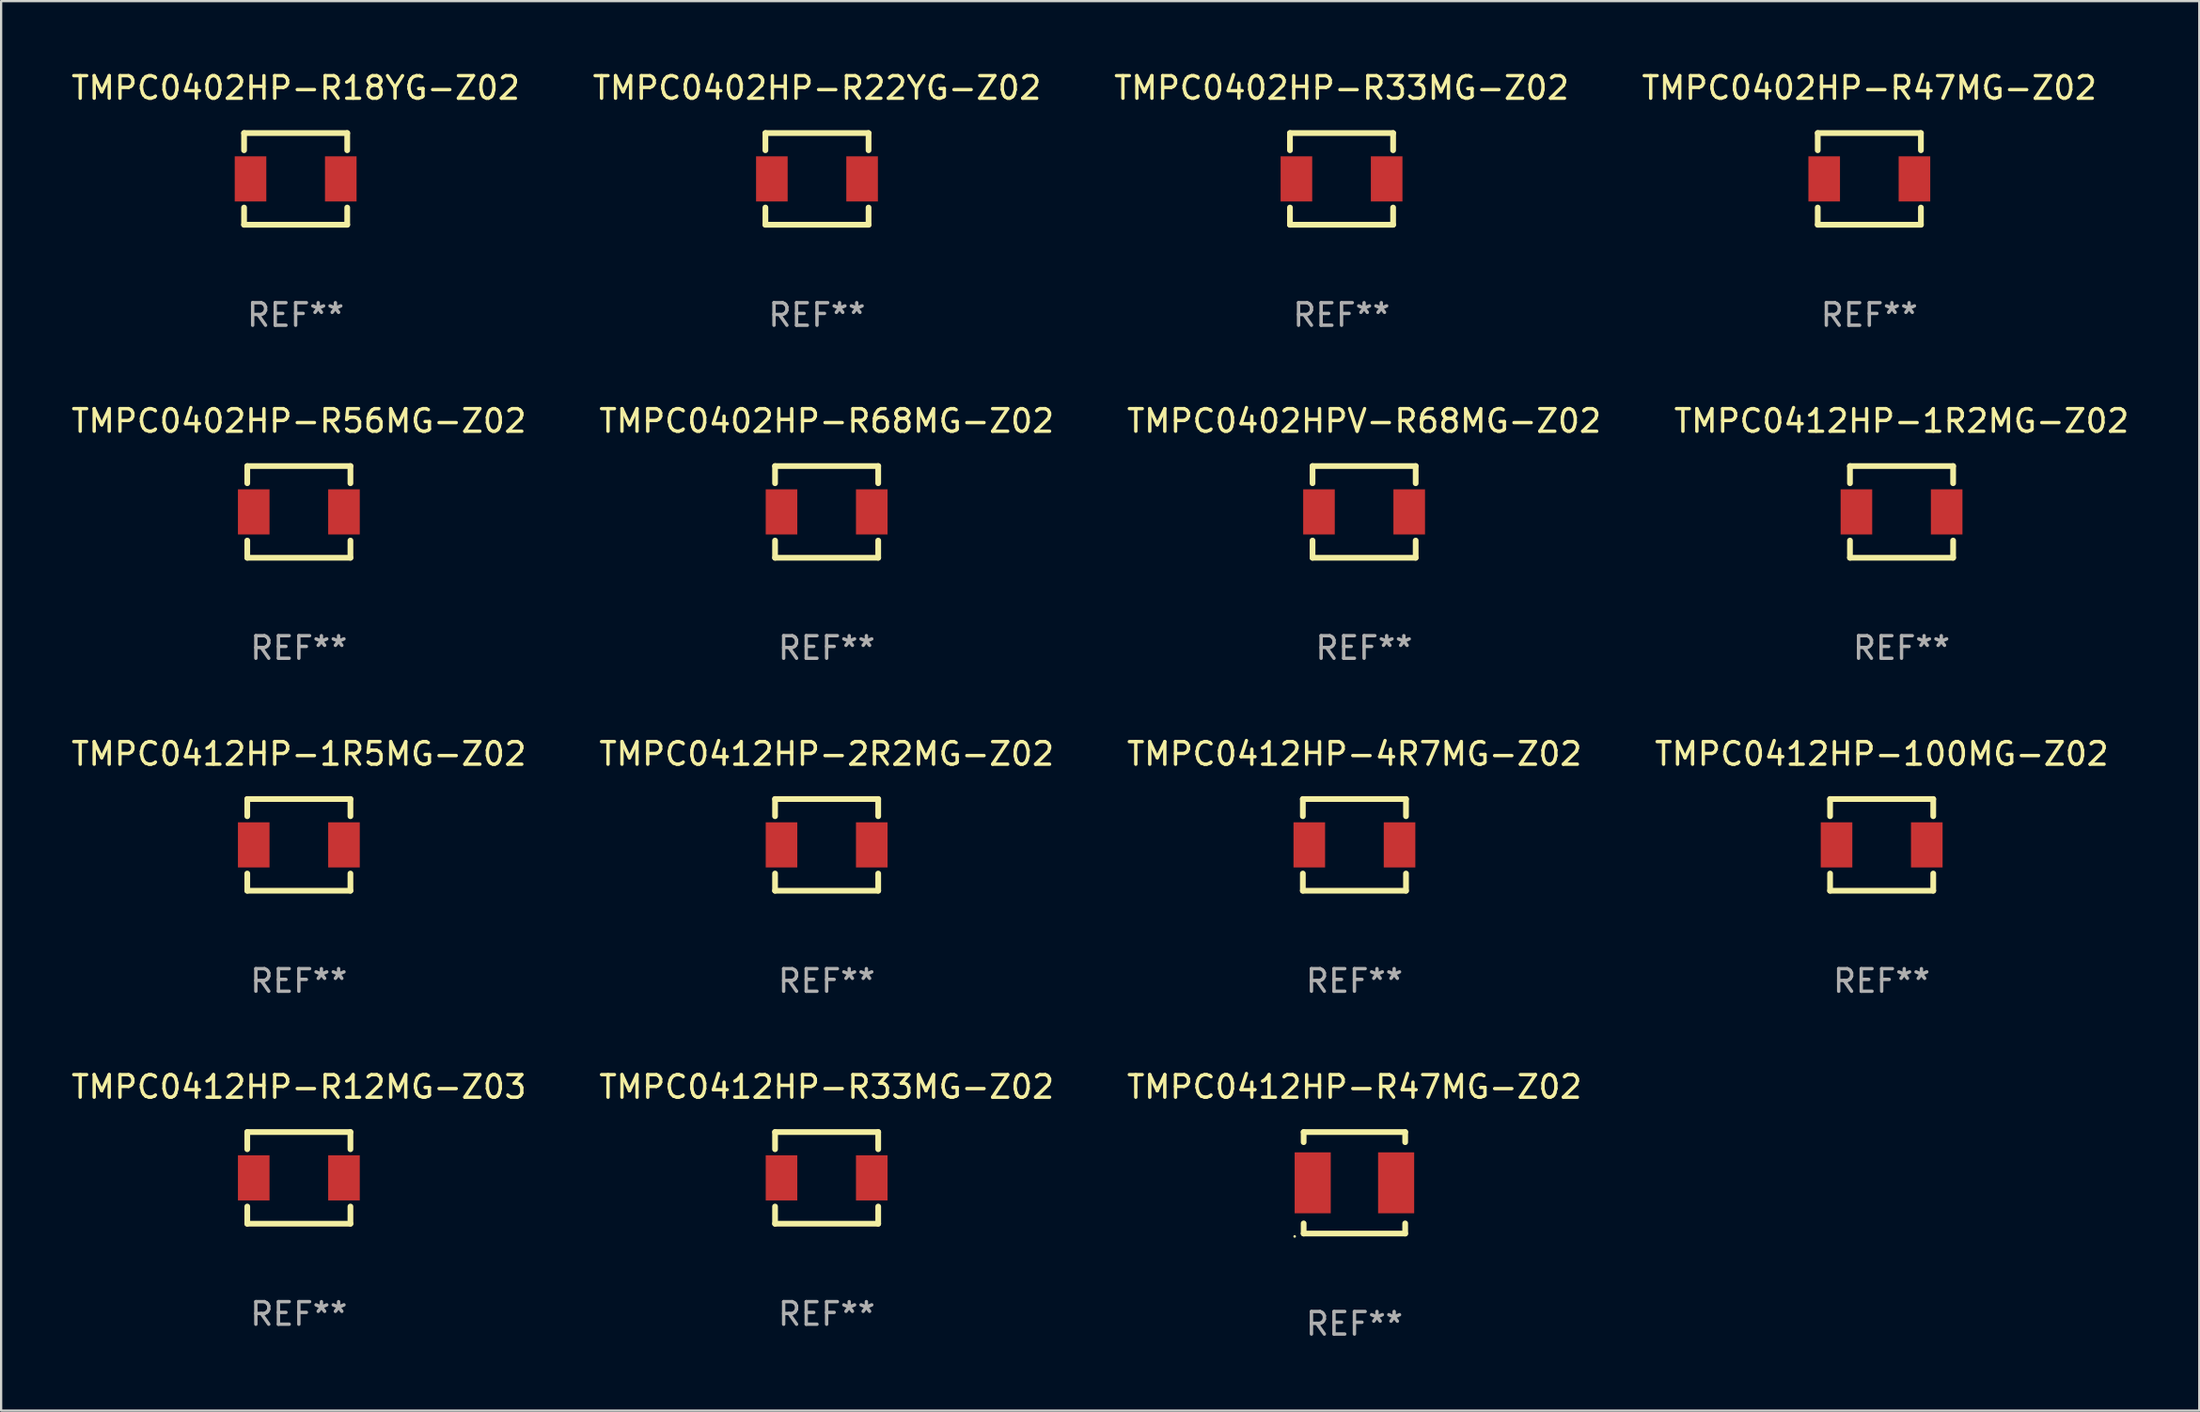
<source format=kicad_pcb>
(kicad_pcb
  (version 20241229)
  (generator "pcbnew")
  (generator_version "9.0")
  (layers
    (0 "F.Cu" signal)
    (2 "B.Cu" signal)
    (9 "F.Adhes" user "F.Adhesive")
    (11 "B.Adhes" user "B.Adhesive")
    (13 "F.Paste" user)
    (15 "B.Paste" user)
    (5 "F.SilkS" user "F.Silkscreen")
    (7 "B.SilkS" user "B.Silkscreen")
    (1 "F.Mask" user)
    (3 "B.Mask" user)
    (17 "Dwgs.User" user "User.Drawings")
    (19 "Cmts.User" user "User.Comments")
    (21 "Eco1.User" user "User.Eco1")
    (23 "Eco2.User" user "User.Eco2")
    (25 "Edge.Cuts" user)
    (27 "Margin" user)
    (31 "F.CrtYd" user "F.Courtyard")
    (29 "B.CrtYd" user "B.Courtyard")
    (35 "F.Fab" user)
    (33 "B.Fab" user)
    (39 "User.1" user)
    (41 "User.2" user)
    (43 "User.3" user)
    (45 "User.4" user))
  (footprint "TMPC0412HP-4R7MG-Z02"
    (layer "F.Cu")
    (at 56.982 34.401)
    (property "Reference" "TMPC0412HP-4R7MG-Z02" (at 0 -4.032 0) (layer "F.SilkS") (effects (font (size 1 1) (thickness 0.15))))
    (attr through_hole)
    (fp_line (start -2.286 -2.032) (end 2.286 -2.032) (stroke (width 0.254) (type solid)) (layer "F.SilkS"))
    (fp_line (start -2.286 -1.27) (end -2.286 -2.032) (stroke (width 0.254) (type solid)) (layer "F.SilkS"))
    (fp_line (start -2.286 2.032) (end -2.286 1.27) (stroke (width 0.254) (type solid)) (layer "F.SilkS"))
    (fp_line (start 2.286 -2.032) (end 2.286 -1.27) (stroke (width 0.254) (type solid)) (layer "F.SilkS"))
    (fp_line (start 2.286 1.27) (end 2.286 2.032) (stroke (width 0.254) (type solid)) (layer "F.SilkS"))
    (fp_line (start 2.286 2.032) (end -2.286 2.032) (stroke (width 0.254) (type solid)) (layer "F.SilkS"))
    (fp_circle (center -2.25 2.05) (end -2.22 2.05) (stroke (width 0.06) (type solid)) (fill no) (layer "F.SilkS"))
    (fp_text user "REF**" (at 0 6.032 0) (layer "F.Fab") (effects (font (size 1 1) (thickness 0.15))))
    (pad "1" smd rect (at -2 0 90) (size 2 1.4) (layers "F.Cu" "F.Mask" "F.Paste"))
    (pad "2" smd rect (at 2 0 90) (size 2 1.4) (layers "F.Cu" "F.Mask" "F.Paste")))
  (footprint "TMPC0412HP-1R5MG-Z02"
    (layer "F.Cu")
    (at 10.196 34.401)
    (property "Reference" "TMPC0412HP-1R5MG-Z02" (at 0 -4.032 0) (layer "F.SilkS") (effects (font (size 1 1) (thickness 0.15))))
    (attr through_hole)
    (fp_line (start -2.286 -2.032) (end 2.286 -2.032) (stroke (width 0.254) (type solid)) (layer "F.SilkS"))
    (fp_line (start -2.286 -1.27) (end -2.286 -2.032) (stroke (width 0.254) (type solid)) (layer "F.SilkS"))
    (fp_line (start -2.286 2.032) (end -2.286 1.27) (stroke (width 0.254) (type solid)) (layer "F.SilkS"))
    (fp_line (start 2.286 -2.032) (end 2.286 -1.27) (stroke (width 0.254) (type solid)) (layer "F.SilkS"))
    (fp_line (start 2.286 1.27) (end 2.286 2.032) (stroke (width 0.254) (type solid)) (layer "F.SilkS"))
    (fp_line (start 2.286 2.032) (end -2.286 2.032) (stroke (width 0.254) (type solid)) (layer "F.SilkS"))
    (fp_circle (center -2.25 2.05) (end -2.22 2.05) (stroke (width 0.06) (type solid)) (fill no) (layer "F.SilkS"))
    (fp_text user "REF**" (at 0 6.032 0) (layer "F.Fab") (effects (font (size 1 1) (thickness 0.15))))
    (pad "1" smd rect (at -2 0 90) (size 2 1.4) (layers "F.Cu" "F.Mask" "F.Paste"))
    (pad "2" smd rect (at 2 0 90) (size 2 1.4) (layers "F.Cu" "F.Mask" "F.Paste")))
  (footprint "TMPC0412HP-1R2MG-Z02"
    (layer "F.Cu")
    (at 81.232 19.641)
    (property "Reference" "TMPC0412HP-1R2MG-Z02" (at 0 -4.032 0) (layer "F.SilkS") (effects (font (size 1 1) (thickness 0.15))))
    (attr through_hole)
    (fp_line (start -2.286 -2.032) (end 2.286 -2.032) (stroke (width 0.254) (type solid)) (layer "F.SilkS"))
    (fp_line (start -2.286 -1.27) (end -2.286 -2.032) (stroke (width 0.254) (type solid)) (layer "F.SilkS"))
    (fp_line (start -2.286 2.032) (end -2.286 1.27) (stroke (width 0.254) (type solid)) (layer "F.SilkS"))
    (fp_line (start 2.286 -2.032) (end 2.286 -1.27) (stroke (width 0.254) (type solid)) (layer "F.SilkS"))
    (fp_line (start 2.286 1.27) (end 2.286 2.032) (stroke (width 0.254) (type solid)) (layer "F.SilkS"))
    (fp_line (start 2.286 2.032) (end -2.286 2.032) (stroke (width 0.254) (type solid)) (layer "F.SilkS"))
    (fp_circle (center -2.25 2.05) (end -2.22 2.05) (stroke (width 0.06) (type solid)) (fill no) (layer "F.SilkS"))
    (fp_text user "REF**" (at 0 6.032 0) (layer "F.Fab") (effects (font (size 1 1) (thickness 0.15))))
    (pad "1" smd rect (at -2 0 90) (size 2 1.4) (layers "F.Cu" "F.Mask" "F.Paste"))
    (pad "2" smd rect (at 2 0 90) (size 2 1.4) (layers "F.Cu" "F.Mask" "F.Paste")))
  (footprint "TMPC0402HP-R22YG-Z02"
    (layer "F.Cu")
    (at 33.161 4.88)
    (property "Reference" "TMPC0402HP-R22YG-Z02" (at 0 -4.032 0) (layer "F.SilkS") (effects (font (size 1 1) (thickness 0.15))))
    (attr through_hole)
    (fp_line (start -2.286 -2.032) (end 2.286 -2.032) (stroke (width 0.254) (type solid)) (layer "F.SilkS"))
    (fp_line (start -2.286 -1.27) (end -2.286 -2.032) (stroke (width 0.254) (type solid)) (layer "F.SilkS"))
    (fp_line (start -2.286 2.032) (end -2.286 1.27) (stroke (width 0.254) (type solid)) (layer "F.SilkS"))
    (fp_line (start 2.286 -2.032) (end 2.286 -1.27) (stroke (width 0.254) (type solid)) (layer "F.SilkS"))
    (fp_line (start 2.286 1.27) (end 2.286 2.032) (stroke (width 0.254) (type solid)) (layer "F.SilkS"))
    (fp_line (start 2.286 2.032) (end -2.286 2.032) (stroke (width 0.254) (type solid)) (layer "F.SilkS"))
    (fp_circle (center -2.25 2.05) (end -2.22 2.05) (stroke (width 0.06) (type solid)) (fill no) (layer "F.SilkS"))
    (fp_text user "REF**" (at 0 6.032 0) (layer "F.Fab") (effects (font (size 1 1) (thickness 0.15))))
    (pad "1" smd rect (at -2 0 90) (size 2 1.4) (layers "F.Cu" "F.Mask" "F.Paste"))
    (pad "2" smd rect (at 2 0 90) (size 2 1.4) (layers "F.Cu" "F.Mask" "F.Paste")))
  (footprint "TMPC0412HP-2R2MG-Z02"
    (layer "F.Cu")
    (at 33.589 34.401)
    (property "Reference" "TMPC0412HP-2R2MG-Z02" (at 0 -4.032 0) (layer "F.SilkS") (effects (font (size 1 1) (thickness 0.15))))
    (attr through_hole)
    (fp_line (start -2.286 -2.032) (end 2.286 -2.032) (stroke (width 0.254) (type solid)) (layer "F.SilkS"))
    (fp_line (start -2.286 -1.27) (end -2.286 -2.032) (stroke (width 0.254) (type solid)) (layer "F.SilkS"))
    (fp_line (start -2.286 2.032) (end -2.286 1.27) (stroke (width 0.254) (type solid)) (layer "F.SilkS"))
    (fp_line (start 2.286 -2.032) (end 2.286 -1.27) (stroke (width 0.254) (type solid)) (layer "F.SilkS"))
    (fp_line (start 2.286 1.27) (end 2.286 2.032) (stroke (width 0.254) (type solid)) (layer "F.SilkS"))
    (fp_line (start 2.286 2.032) (end -2.286 2.032) (stroke (width 0.254) (type solid)) (layer "F.SilkS"))
    (fp_circle (center -2.25 2.05) (end -2.22 2.05) (stroke (width 0.06) (type solid)) (fill no) (layer "F.SilkS"))
    (fp_text user "REF**" (at 0 6.032 0) (layer "F.Fab") (effects (font (size 1 1) (thickness 0.15))))
    (pad "1" smd rect (at -2 0 90) (size 2 1.4) (layers "F.Cu" "F.Mask" "F.Paste"))
    (pad "2" smd rect (at 2 0 90) (size 2 1.4) (layers "F.Cu" "F.Mask" "F.Paste")))
  (footprint "TMPC0402HP-R68MG-Z02"
    (layer "F.Cu")
    (at 33.589 19.641)
    (property "Reference" "TMPC0402HP-R68MG-Z02" (at 0 -4.032 0) (layer "F.SilkS") (effects (font (size 1 1) (thickness 0.15))))
    (attr through_hole)
    (fp_line (start -2.286 -2.032) (end 2.286 -2.032) (stroke (width 0.254) (type solid)) (layer "F.SilkS"))
    (fp_line (start -2.286 -1.27) (end -2.286 -2.032) (stroke (width 0.254) (type solid)) (layer "F.SilkS"))
    (fp_line (start -2.286 2.032) (end -2.286 1.27) (stroke (width 0.254) (type solid)) (layer "F.SilkS"))
    (fp_line (start 2.286 -2.032) (end 2.286 -1.27) (stroke (width 0.254) (type solid)) (layer "F.SilkS"))
    (fp_line (start 2.286 1.27) (end 2.286 2.032) (stroke (width 0.254) (type solid)) (layer "F.SilkS"))
    (fp_line (start 2.286 2.032) (end -2.286 2.032) (stroke (width 0.254) (type solid)) (layer "F.SilkS"))
    (fp_circle (center -2.25 2.05) (end -2.22 2.05) (stroke (width 0.06) (type solid)) (fill no) (layer "F.SilkS"))
    (fp_text user "REF**" (at 0 6.032 0) (layer "F.Fab") (effects (font (size 1 1) (thickness 0.15))))
    (pad "1" smd rect (at -2 0 90) (size 2 1.4) (layers "F.Cu" "F.Mask" "F.Paste"))
    (pad "2" smd rect (at 2 0 90) (size 2 1.4) (layers "F.Cu" "F.Mask" "F.Paste")))
  (footprint "TMPC0402HP-R18YG-Z02"
    (layer "F.Cu")
    (at 10.054 4.88)
    (property "Reference" "TMPC0402HP-R18YG-Z02" (at 0 -4.032 0) (layer "F.SilkS") (effects (font (size 1 1) (thickness 0.15))))
    (attr through_hole)
    (fp_line (start -2.286 -2.032) (end 2.286 -2.032) (stroke (width 0.254) (type solid)) (layer "F.SilkS"))
    (fp_line (start -2.286 -1.27) (end -2.286 -2.032) (stroke (width 0.254) (type solid)) (layer "F.SilkS"))
    (fp_line (start -2.286 2.032) (end -2.286 1.27) (stroke (width 0.254) (type solid)) (layer "F.SilkS"))
    (fp_line (start 2.286 -2.032) (end 2.286 -1.27) (stroke (width 0.254) (type solid)) (layer "F.SilkS"))
    (fp_line (start 2.286 1.27) (end 2.286 2.032) (stroke (width 0.254) (type solid)) (layer "F.SilkS"))
    (fp_line (start 2.286 2.032) (end -2.286 2.032) (stroke (width 0.254) (type solid)) (layer "F.SilkS"))
    (fp_circle (center -2.25 2.05) (end -2.22 2.05) (stroke (width 0.06) (type solid)) (fill no) (layer "F.SilkS"))
    (fp_text user "REF**" (at 0 6.032 0) (layer "F.Fab") (effects (font (size 1 1) (thickness 0.15))))
    (pad "1" smd rect (at -2 0 90) (size 2 1.4) (layers "F.Cu" "F.Mask" "F.Paste"))
    (pad "2" smd rect (at 2 0 90) (size 2 1.4) (layers "F.Cu" "F.Mask" "F.Paste")))
  (footprint "TMPC0412HP-R12MG-Z03"
    (layer "F.Cu")
    (at 10.196 49.162)
    (property "Reference" "TMPC0412HP-R12MG-Z03" (at 0 -4.032 0) (layer "F.SilkS") (effects (font (size 1 1) (thickness 0.15))))
    (attr through_hole)
    (fp_line (start -2.286 -2.032) (end 2.286 -2.032) (stroke (width 0.254) (type solid)) (layer "F.SilkS"))
    (fp_line (start -2.286 -1.27) (end -2.286 -2.032) (stroke (width 0.254) (type solid)) (layer "F.SilkS"))
    (fp_line (start -2.286 2.032) (end -2.286 1.27) (stroke (width 0.254) (type solid)) (layer "F.SilkS"))
    (fp_line (start 2.286 -2.032) (end 2.286 -1.27) (stroke (width 0.254) (type solid)) (layer "F.SilkS"))
    (fp_line (start 2.286 1.27) (end 2.286 2.032) (stroke (width 0.254) (type solid)) (layer "F.SilkS"))
    (fp_line (start 2.286 2.032) (end -2.286 2.032) (stroke (width 0.254) (type solid)) (layer "F.SilkS"))
    (fp_circle (center -2.25 2.05) (end -2.22 2.05) (stroke (width 0.06) (type solid)) (fill no) (layer "F.SilkS"))
    (fp_text user "REF**" (at 0 6.032 0) (layer "F.Fab") (effects (font (size 1 1) (thickness 0.15))))
    (pad "1" smd rect (at -2 0 90) (size 2 1.4) (layers "F.Cu" "F.Mask" "F.Paste"))
    (pad "2" smd rect (at 2 0 90) (size 2 1.4) (layers "F.Cu" "F.Mask" "F.Paste")))
  (footprint "TMPC0402HP-R33MG-Z02"
    (layer "F.Cu")
    (at 56.411 4.88)
    (property "Reference" "TMPC0402HP-R33MG-Z02" (at 0 -4.032 0) (layer "F.SilkS") (effects (font (size 1 1) (thickness 0.15))))
    (attr through_hole)
    (fp_line (start -2.286 -2.032) (end 2.286 -2.032) (stroke (width 0.254) (type solid)) (layer "F.SilkS"))
    (fp_line (start -2.286 -1.27) (end -2.286 -2.032) (stroke (width 0.254) (type solid)) (layer "F.SilkS"))
    (fp_line (start -2.286 2.032) (end -2.286 1.27) (stroke (width 0.254) (type solid)) (layer "F.SilkS"))
    (fp_line (start 2.286 -2.032) (end 2.286 -1.27) (stroke (width 0.254) (type solid)) (layer "F.SilkS"))
    (fp_line (start 2.286 1.27) (end 2.286 2.032) (stroke (width 0.254) (type solid)) (layer "F.SilkS"))
    (fp_line (start 2.286 2.032) (end -2.286 2.032) (stroke (width 0.254) (type solid)) (layer "F.SilkS"))
    (fp_circle (center -2.25 2.05) (end -2.22 2.05) (stroke (width 0.06) (type solid)) (fill no) (layer "F.SilkS"))
    (fp_text user "REF**" (at 0 6.032 0) (layer "F.Fab") (effects (font (size 1 1) (thickness 0.15))))
    (pad "1" smd rect (at -2 0 90) (size 2 1.4) (layers "F.Cu" "F.Mask" "F.Paste"))
    (pad "2" smd rect (at 2 0 90) (size 2 1.4) (layers "F.Cu" "F.Mask" "F.Paste")))
  (footprint "TMPC0412HP-R33MG-Z02"
    (layer "F.Cu")
    (at 33.589 49.162)
    (property "Reference" "TMPC0412HP-R33MG-Z02" (at 0 -4.032 0) (layer "F.SilkS") (effects (font (size 1 1) (thickness 0.15))))
    (attr through_hole)
    (fp_line (start -2.286 -2.032) (end 2.286 -2.032) (stroke (width 0.254) (type solid)) (layer "F.SilkS"))
    (fp_line (start -2.286 -1.27) (end -2.286 -2.032) (stroke (width 0.254) (type solid)) (layer "F.SilkS"))
    (fp_line (start -2.286 2.032) (end -2.286 1.27) (stroke (width 0.254) (type solid)) (layer "F.SilkS"))
    (fp_line (start 2.286 -2.032) (end 2.286 -1.27) (stroke (width 0.254) (type solid)) (layer "F.SilkS"))
    (fp_line (start 2.286 1.27) (end 2.286 2.032) (stroke (width 0.254) (type solid)) (layer "F.SilkS"))
    (fp_line (start 2.286 2.032) (end -2.286 2.032) (stroke (width 0.254) (type solid)) (layer "F.SilkS"))
    (fp_circle (center -2.25 2.05) (end -2.22 2.05) (stroke (width 0.06) (type solid)) (fill no) (layer "F.SilkS"))
    (fp_text user "REF**" (at 0 6.032 0) (layer "F.Fab") (effects (font (size 1 1) (thickness 0.15))))
    (pad "1" smd rect (at -2 0 90) (size 2 1.4) (layers "F.Cu" "F.Mask" "F.Paste"))
    (pad "2" smd rect (at 2 0 90) (size 2 1.4) (layers "F.Cu" "F.Mask" "F.Paste")))
  (footprint "TMPC0402HP-R47MG-Z02"
    (layer "F.Cu")
    (at 79.804 4.88)
    (property "Reference" "TMPC0402HP-R47MG-Z02" (at 0 -4.032 0) (layer "F.SilkS") (effects (font (size 1 1) (thickness 0.15))))
    (attr through_hole)
    (fp_line (start -2.286 -2.032) (end 2.286 -2.032) (stroke (width 0.254) (type solid)) (layer "F.SilkS"))
    (fp_line (start -2.286 -1.27) (end -2.286 -2.032) (stroke (width 0.254) (type solid)) (layer "F.SilkS"))
    (fp_line (start -2.286 2.032) (end -2.286 1.27) (stroke (width 0.254) (type solid)) (layer "F.SilkS"))
    (fp_line (start 2.286 -2.032) (end 2.286 -1.27) (stroke (width 0.254) (type solid)) (layer "F.SilkS"))
    (fp_line (start 2.286 1.27) (end 2.286 2.032) (stroke (width 0.254) (type solid)) (layer "F.SilkS"))
    (fp_line (start 2.286 2.032) (end -2.286 2.032) (stroke (width 0.254) (type solid)) (layer "F.SilkS"))
    (fp_circle (center -2.25 2.05) (end -2.22 2.05) (stroke (width 0.06) (type solid)) (fill no) (layer "F.SilkS"))
    (fp_text user "REF**" (at 0 6.032 0) (layer "F.Fab") (effects (font (size 1 1) (thickness 0.15))))
    (pad "1" smd rect (at -2 0 90) (size 2 1.4) (layers "F.Cu" "F.Mask" "F.Paste"))
    (pad "2" smd rect (at 2 0 90) (size 2 1.4) (layers "F.Cu" "F.Mask" "F.Paste")))
  (footprint "TMPC0402HPV-R68MG-Z02"
    (layer "F.Cu")
    (at 57.411 19.641)
    (property "Reference" "TMPC0402HPV-R68MG-Z02" (at 0 -4.032 0) (layer "F.SilkS") (effects (font (size 1 1) (thickness 0.15))))
    (attr through_hole)
    (fp_line (start -2.286 -2.032) (end 2.286 -2.032) (stroke (width 0.254) (type solid)) (layer "F.SilkS"))
    (fp_line (start -2.286 -1.27) (end -2.286 -2.032) (stroke (width 0.254) (type solid)) (layer "F.SilkS"))
    (fp_line (start -2.286 2.032) (end -2.286 1.27) (stroke (width 0.254) (type solid)) (layer "F.SilkS"))
    (fp_line (start 2.286 -2.032) (end 2.286 -1.27) (stroke (width 0.254) (type solid)) (layer "F.SilkS"))
    (fp_line (start 2.286 1.27) (end 2.286 2.032) (stroke (width 0.254) (type solid)) (layer "F.SilkS"))
    (fp_line (start 2.286 2.032) (end -2.286 2.032) (stroke (width 0.254) (type solid)) (layer "F.SilkS"))
    (fp_circle (center -2.25 2.05) (end -2.22 2.05) (stroke (width 0.06) (type solid)) (fill no) (layer "F.SilkS"))
    (fp_text user "REF**" (at 0 6.032 0) (layer "F.Fab") (effects (font (size 1 1) (thickness 0.15))))
    (pad "1" smd rect (at -2 0 90) (size 2 1.4) (layers "F.Cu" "F.Mask" "F.Paste"))
    (pad "2" smd rect (at 2 0 90) (size 2 1.4) (layers "F.Cu" "F.Mask" "F.Paste")))
  (footprint "TMPC0412HP-100MG-Z02"
    (layer "F.Cu")
    (at 80.351 34.401)
    (property "Reference" "TMPC0412HP-100MG-Z02" (at 0 -4.032 0) (layer "F.SilkS") (effects (font (size 1 1) (thickness 0.15))))
    (attr through_hole)
    (fp_line (start -2.286 -2.032) (end 2.286 -2.032) (stroke (width 0.254) (type solid)) (layer "F.SilkS"))
    (fp_line (start -2.286 -1.27) (end -2.286 -2.032) (stroke (width 0.254) (type solid)) (layer "F.SilkS"))
    (fp_line (start -2.286 2.032) (end -2.286 1.27) (stroke (width 0.254) (type solid)) (layer "F.SilkS"))
    (fp_line (start 2.286 -2.032) (end 2.286 -1.27) (stroke (width 0.254) (type solid)) (layer "F.SilkS"))
    (fp_line (start 2.286 1.27) (end 2.286 2.032) (stroke (width 0.254) (type solid)) (layer "F.SilkS"))
    (fp_line (start 2.286 2.032) (end -2.286 2.032) (stroke (width 0.254) (type solid)) (layer "F.SilkS"))
    (fp_circle (center -2.25 2.05) (end -2.22 2.05) (stroke (width 0.06) (type solid)) (fill no) (layer "F.SilkS"))
    (fp_text user "REF**" (at 0 6.032 0) (layer "F.Fab") (effects (font (size 1 1) (thickness 0.15))))
    (pad "1" smd rect (at -2 0 90) (size 2 1.4) (layers "F.Cu" "F.Mask" "F.Paste"))
    (pad "2" smd rect (at 2 0 90) (size 2 1.4) (layers "F.Cu" "F.Mask" "F.Paste")))
  (footprint "TMPC0412HP-R47MG-Z02"
    (layer "F.Cu")
    (at 56.982 49.38)
    (property "Reference" "TMPC0412HP-R47MG-Z02" (at 0 -4.25 0) (layer "F.SilkS") (effects (font (size 1 1) (thickness 0.15))))
    (attr through_hole)
    (fp_line (start -2.25 -2.25) (end 2.25 -2.25) (stroke (width 0.254) (type solid)) (layer "F.SilkS"))
    (fp_line (start -2.25 2.25) (end -2.25 1.8) (stroke (width 0.254) (type solid)) (layer "F.SilkS"))
    (fp_line (start -2.25 -1.8) (end -2.25 -2.25) (stroke (width 0.254) (type solid)) (layer "F.SilkS"))
    (fp_line (start 2.25 1.8) (end 2.25 2.25) (stroke (width 0.254) (type solid)) (layer "F.SilkS"))
    (fp_line (start 2.25 -2.25) (end 2.25 -1.8) (stroke (width 0.254) (type solid)) (layer "F.SilkS"))
    (fp_line (start 2.25 2.25) (end -2.25 2.25) (stroke (width 0.254) (type solid)) (layer "F.SilkS"))
    (fp_circle (center -2.649 2.377) (end -2.619 2.377) (stroke (width 0.06) (type solid)) (fill no) (layer "F.SilkS"))
    (fp_text user "REF**" (at 0 6.25 0) (layer "F.Fab") (effects (font (size 1 1) (thickness 0.15))))
    (pad "1" smd rect (at -1.849 0.001) (size 1.6 2.7) (layers "F.Cu" "F.Mask" "F.Paste"))
    (pad "2" smd rect (at 1.849 0.001) (size 1.6 2.7) (layers "F.Cu" "F.Mask" "F.Paste")))
  (footprint "TMPC0402HP-R56MG-Z02"
    (layer "F.Cu")
    (at 10.196 19.641)
    (property "Reference" "TMPC0402HP-R56MG-Z02" (at 0 -4.032 0) (layer "F.SilkS") (effects (font (size 1 1) (thickness 0.15))))
    (attr through_hole)
    (fp_line (start -2.286 -2.032) (end 2.286 -2.032) (stroke (width 0.254) (type solid)) (layer "F.SilkS"))
    (fp_line (start -2.286 -1.27) (end -2.286 -2.032) (stroke (width 0.254) (type solid)) (layer "F.SilkS"))
    (fp_line (start -2.286 2.032) (end -2.286 1.27) (stroke (width 0.254) (type solid)) (layer "F.SilkS"))
    (fp_line (start 2.286 -2.032) (end 2.286 -1.27) (stroke (width 0.254) (type solid)) (layer "F.SilkS"))
    (fp_line (start 2.286 1.27) (end 2.286 2.032) (stroke (width 0.254) (type solid)) (layer "F.SilkS"))
    (fp_line (start 2.286 2.032) (end -2.286 2.032) (stroke (width 0.254) (type solid)) (layer "F.SilkS"))
    (fp_circle (center -2.25 2.05) (end -2.22 2.05) (stroke (width 0.06) (type solid)) (fill no) (layer "F.SilkS"))
    (fp_text user "REF**" (at 0 6.032 0) (layer "F.Fab") (effects (font (size 1 1) (thickness 0.15))))
    (pad "1" smd rect (at -2 0 90) (size 2 1.4) (layers "F.Cu" "F.Mask" "F.Paste"))
    (pad "2" smd rect (at 2 0 90) (size 2 1.4) (layers "F.Cu" "F.Mask" "F.Paste")))
  (gr_rect
    (start -3 -3)
    (end 94.429 59.479)
    (stroke (width 0.1) (type default))
    (fill no)
    (layer "Edge.Cuts")))
</source>
